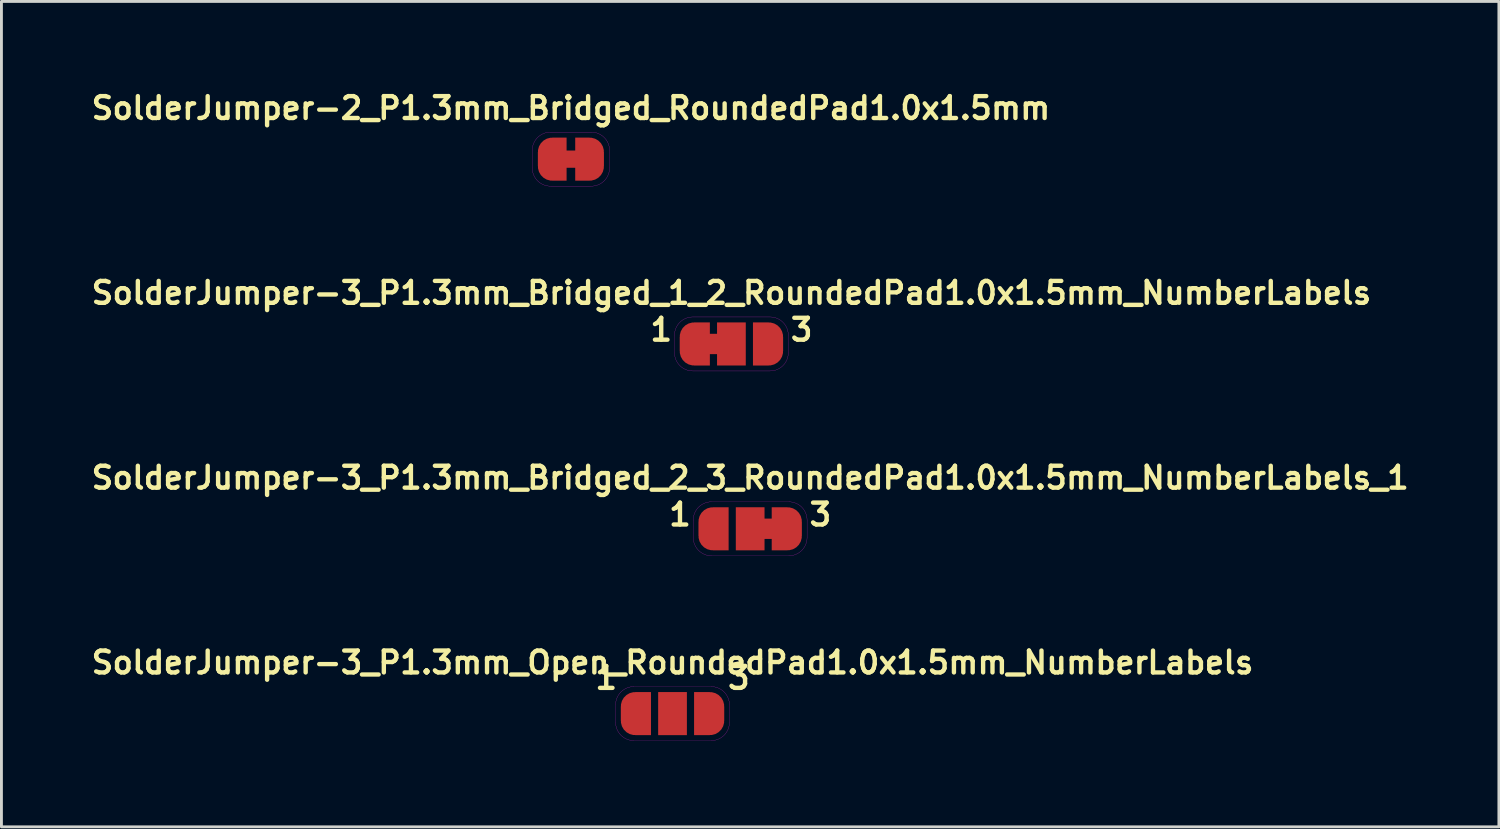
<source format=kicad_pcb>
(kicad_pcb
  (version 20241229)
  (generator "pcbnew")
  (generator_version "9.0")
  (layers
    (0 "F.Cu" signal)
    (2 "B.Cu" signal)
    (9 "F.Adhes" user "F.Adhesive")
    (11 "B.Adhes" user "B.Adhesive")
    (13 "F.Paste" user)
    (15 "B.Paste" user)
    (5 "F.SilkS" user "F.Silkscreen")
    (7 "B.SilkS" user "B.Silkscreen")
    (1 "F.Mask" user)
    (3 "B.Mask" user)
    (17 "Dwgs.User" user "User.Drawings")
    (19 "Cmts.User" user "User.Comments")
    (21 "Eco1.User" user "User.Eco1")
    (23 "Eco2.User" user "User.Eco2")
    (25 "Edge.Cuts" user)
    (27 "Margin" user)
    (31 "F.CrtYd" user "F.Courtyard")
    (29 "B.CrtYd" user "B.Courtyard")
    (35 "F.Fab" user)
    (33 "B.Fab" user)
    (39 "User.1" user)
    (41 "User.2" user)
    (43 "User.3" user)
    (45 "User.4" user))
  (footprint "SolderJumper-3_P1.3mm_Bridged_2_3_RoundedPad1.0x1.5mm_NumberLabels_1"
    (layer "F.Cu")
    (at 23.067 15.36)
    (property "Reference" "SolderJumper-3_P1.3mm_Bridged_2_3_RoundedPad1.0x1.5mm_NumberLabels_1" (at 0 -1.778 0) (layer "F.SilkS") (effects (font (size 0.762 0.762) (thickness 0.152) (bold yes))))
    (attr smd exclude_from_pos_files exclude_from_bom allow_soldermask_bridges)
    (fp_rect (start 0.384 -0.254) (end 0.891 0.254) (stroke (width 0.2) (type solid)) (fill yes) (layer "F.Cu"))
    (fp_line (start -1.981 0.305) (end -1.981 -0.305) (stroke (width 0.006) (type default)) (layer "F.CrtYd"))
    (fp_line (start -1.346 -0.94) (end 1.346 -0.94) (stroke (width 0.006) (type default)) (layer "F.CrtYd"))
    (fp_line (start 1.346 0.94) (end -1.346 0.94) (stroke (width 0.006) (type default)) (layer "F.CrtYd"))
    (fp_line (start 1.981 -0.305) (end 1.981 0.305) (stroke (width 0.006) (type default)) (layer "F.CrtYd"))
    (fp_arc (start -1.9812 -0.3048) (mid -1.795213 -0.753813) (end -1.3462 -0.9398) (stroke (width 0.00635) (type default)) (layer "F.CrtYd"))
    (fp_arc (start -1.3462 0.9398) (mid -1.795213 0.753813) (end -1.9812 0.3048) (stroke (width 0.00635) (type default)) (layer "F.CrtYd"))
    (fp_arc (start 1.3462 -0.9398) (mid 1.795213 -0.753813) (end 1.9812 -0.3048) (stroke (width 0.00635) (type default)) (layer "F.CrtYd"))
    (fp_arc (start 1.9812 0.3048) (mid 1.795213 0.753813) (end 1.3462 0.9398) (stroke (width 0.00635) (type default)) (layer "F.CrtYd"))
    (fp_text user "3" (at 1.981 -0.94 0) (layer "F.SilkS") (effects (font (size 0.762 0.762) (thickness 0.152) (bold yes)) (justify left top)))
    (fp_text user "1" (at -1.981 -0.94 0) (layer "F.SilkS") (effects (font (size 0.762 0.762) (thickness 0.152) (bold yes)) (justify right top)))
    (pad "1" smd custom (at -1.3 0) (size 1 0.5) (layers "F.Cu" "F.Mask") (options (anchor rect)) (primitives (gr_circle (center 0 0.25) (end 0.5 0.25) (width 0) (fill yes)) (gr_circle (center 0 -0.25) (end 0.5 -0.25) (width 0) (fill yes)) (gr_poly (pts (xy 0.55 0.75) (xy 0 0.75) (xy 0 -0.75) (xy 0.55 -0.75)) (width 0) (fill yes))))
    (pad "2" smd rect (at 0 0) (size 1 1.5) (layers "F.Cu" "F.Mask"))
    (pad "3" smd custom (at 1.3 0) (size 1 0.5) (layers "F.Cu" "F.Mask") (options (anchor rect)) (primitives (gr_circle (center 0 0.25) (end 0.5 0.25) (width 0) (fill yes)) (gr_circle (center 0 -0.25) (end 0.5 -0.25) (width 0) (fill yes)) (gr_poly (pts (xy 0 0.75) (xy -0.55 0.75) (xy -0.55 -0.75) (xy 0 -0.75)) (width 0) (fill yes)))))
  (footprint "SolderJumper-2_P1.3mm_Bridged_RoundedPad1.0x1.5mm"
    (layer "F.Cu")
    (at 16.826 2.491)
    (property "Reference" "SolderJumper-2_P1.3mm_Bridged_RoundedPad1.0x1.5mm" (at 0 -1.778 0) (layer "F.SilkS") (effects (font (size 0.762 0.762) (thickness 0.152) (bold yes))))
    (attr exclude_from_pos_files exclude_from_bom)
    (fp_poly (pts (xy 0.25 -0.3) (xy -0.25 -0.3) (xy -0.25 0.3) (xy 0.25 0.3)) (stroke (width 0) (type solid)) (fill yes) (layer "F.Cu"))
    (fp_line (start -1.346 0.305) (end -1.346 -0.305) (stroke (width 0.006) (type default)) (layer "F.CrtYd"))
    (fp_line (start -0.711 -0.94) (end 0.711 -0.94) (stroke (width 0.006) (type default)) (layer "F.CrtYd"))
    (fp_line (start 0.711 0.94) (end -0.711 0.94) (stroke (width 0.006) (type default)) (layer "F.CrtYd"))
    (fp_line (start 1.346 -0.305) (end 1.346 0.305) (stroke (width 0.006) (type default)) (layer "F.CrtYd"))
    (fp_arc (start -1.3462 -0.3048) (mid -1.160213 -0.753813) (end -0.7112 -0.9398) (stroke (width 0.00635) (type default)) (layer "F.CrtYd"))
    (fp_arc (start -0.7112 0.9398) (mid -1.160213 0.753813) (end -1.3462 0.3048) (stroke (width 0.00635) (type default)) (layer "F.CrtYd"))
    (fp_arc (start 0.7112 -0.9398) (mid 1.160213 -0.753813) (end 1.3462 -0.3048) (stroke (width 0.00635) (type default)) (layer "F.CrtYd"))
    (fp_arc (start 1.3462 0.3048) (mid 1.160213 0.753813) (end 0.7112 0.9398) (stroke (width 0.00635) (type default)) (layer "F.CrtYd"))
    (pad "1" smd custom (at -0.65 0) (size 1 0.5) (layers "F.Cu" "F.Mask") (options (anchor rect)) (primitives (gr_circle (center 0 0.25) (end 0.5 0.25) (width 0) (fill yes)) (gr_circle (center 0 -0.25) (end 0.5 -0.25) (width 0) (fill yes)) (gr_poly (pts (xy 0.5 0.75) (xy 0 0.75) (xy 0 -0.75) (xy 0.5 -0.75)) (width 0) (fill yes))))
    (pad "2" smd custom (at 0.65 0) (size 1 0.5) (layers "F.Cu" "F.Mask") (options (anchor rect)) (primitives (gr_circle (center 0 0.25) (end 0.5 0.25) (width 0) (fill yes)) (gr_circle (center 0 -0.25) (end 0.5 -0.25) (width 0) (fill yes)) (gr_poly (pts (xy 0 0.75) (xy -0.5 0.75) (xy -0.5 -0.75) (xy 0 -0.75)) (width 0) (fill yes)))))
  (footprint "SolderJumper-3_P1.3mm_Bridged_1_2_RoundedPad1.0x1.5mm_NumberLabels"
    (layer "F.Cu")
    (at 22.414 8.925)
    (property "Reference" "SolderJumper-3_P1.3mm_Bridged_1_2_RoundedPad1.0x1.5mm_NumberLabels" (at 0 -1.778 0) (layer "F.SilkS") (effects (font (size 0.762 0.762) (thickness 0.152) (bold yes))))
    (attr smd exclude_from_pos_files exclude_from_bom allow_soldermask_bridges)
    (fp_rect (start -0.891 -0.254) (end -0.384 0.254) (stroke (width 0.2) (type solid)) (fill yes) (layer "F.Cu"))
    (fp_line (start -1.981 0.305) (end -1.981 -0.305) (stroke (width 0.006) (type default)) (layer "F.CrtYd"))
    (fp_line (start -1.346 -0.94) (end 1.346 -0.94) (stroke (width 0.006) (type default)) (layer "F.CrtYd"))
    (fp_line (start 1.346 0.94) (end -1.346 0.94) (stroke (width 0.006) (type default)) (layer "F.CrtYd"))
    (fp_line (start 1.981 -0.305) (end 1.981 0.305) (stroke (width 0.006) (type default)) (layer "F.CrtYd"))
    (fp_arc (start -1.9812 -0.3048) (mid -1.795213 -0.753813) (end -1.3462 -0.9398) (stroke (width 0.00635) (type default)) (layer "F.CrtYd"))
    (fp_arc (start -1.3462 0.9398) (mid -1.795213 0.753813) (end -1.9812 0.3048) (stroke (width 0.00635) (type default)) (layer "F.CrtYd"))
    (fp_arc (start 1.3462 -0.9398) (mid 1.795213 -0.753813) (end 1.9812 -0.3048) (stroke (width 0.00635) (type default)) (layer "F.CrtYd"))
    (fp_arc (start 1.9812 0.3048) (mid 1.795213 0.753813) (end 1.3462 0.9398) (stroke (width 0.00635) (type default)) (layer "F.CrtYd"))
    (fp_text user "3" (at 1.981 -0.94 0) (layer "F.SilkS") (effects (font (size 0.762 0.762) (thickness 0.152) (bold yes)) (justify left top)))
    (fp_text user "1" (at -1.981 -0.94 0) (layer "F.SilkS") (effects (font (size 0.762 0.762) (thickness 0.152) (bold yes)) (justify right top)))
    (pad "1" smd custom (at -1.3 0) (size 1 0.5) (layers "F.Cu" "F.Mask") (options (anchor rect)) (primitives (gr_circle (center 0 0.25) (end 0.5 0.25) (width 0) (fill yes)) (gr_circle (center 0 -0.25) (end 0.5 -0.25) (width 0) (fill yes)) (gr_poly (pts (xy 0.55 0.75) (xy 0 0.75) (xy 0 -0.75) (xy 0.55 -0.75)) (width 0) (fill yes))))
    (pad "2" smd rect (at 0 0) (size 1 1.5) (layers "F.Cu" "F.Mask"))
    (pad "3" smd custom (at 1.3 0) (size 1 0.5) (layers "F.Cu" "F.Mask") (options (anchor rect)) (primitives (gr_circle (center 0 0.25) (end 0.5 0.25) (width 0) (fill yes)) (gr_circle (center 0 -0.25) (end 0.5 -0.25) (width 0) (fill yes)) (gr_poly (pts (xy 0 0.75) (xy -0.55 0.75) (xy -0.55 -0.75) (xy 0 -0.75)) (width 0) (fill yes)))))
  (footprint "SolderJumper-3_P1.3mm_Open_RoundedPad1.0x1.5mm_NumberLabels"
    (layer "F.Cu")
    (at 20.364 21.794)
    (property "Reference" "SolderJumper-3_P1.3mm_Open_RoundedPad1.0x1.5mm_NumberLabels" (at 0 -1.778 0) (layer "F.SilkS") (effects (font (size 0.762 0.762) (thickness 0.152) (bold yes))))
    (attr smd exclude_from_pos_files exclude_from_bom allow_soldermask_bridges)
    (fp_line (start -1.981 0.305) (end -1.981 -0.305) (stroke (width 0.006) (type default)) (layer "F.CrtYd"))
    (fp_line (start -1.346 -0.94) (end 1.346 -0.94) (stroke (width 0.006) (type default)) (layer "F.CrtYd"))
    (fp_line (start 1.346 0.94) (end -1.346 0.94) (stroke (width 0.006) (type default)) (layer "F.CrtYd"))
    (fp_line (start 1.981 -0.305) (end 1.981 0.305) (stroke (width 0.006) (type default)) (layer "F.CrtYd"))
    (fp_arc (start -1.9812 -0.3048) (mid -1.795213 -0.753813) (end -1.3462 -0.9398) (stroke (width 0.00635) (type default)) (layer "F.CrtYd"))
    (fp_arc (start -1.3462 0.9398) (mid -1.795213 0.753813) (end -1.9812 0.3048) (stroke (width 0.00635) (type default)) (layer "F.CrtYd"))
    (fp_arc (start 1.3462 -0.9398) (mid 1.795213 -0.753813) (end 1.9812 -0.3048) (stroke (width 0.00635) (type default)) (layer "F.CrtYd"))
    (fp_arc (start 1.9812 0.3048) (mid 1.795213 0.753813) (end 1.3462 0.9398) (stroke (width 0.00635) (type default)) (layer "F.CrtYd"))
    (fp_text user "1" (at -1.845 -0.795 0) (layer "F.SilkS") (effects (font (size 0.762 0.762) (thickness 0.152) (bold yes)) (justify right bottom)))
    (fp_text user "3" (at 1.845 -0.795 0) (layer "F.SilkS") (effects (font (size 0.762 0.762) (thickness 0.152) (bold yes)) (justify left bottom)))
    (pad "1" smd custom (at -1.3 0) (size 1 0.5) (layers "F.Cu" "F.Mask") (options (anchor rect)) (primitives (gr_circle (center 0 0.25) (end 0.5 0.25) (width 0) (fill yes)) (gr_circle (center 0 -0.25) (end 0.5 -0.25) (width 0) (fill yes)) (gr_poly (pts (xy 0.55 0.75) (xy 0 0.75) (xy 0 -0.75) (xy 0.55 -0.75)) (width 0) (fill yes))))
    (pad "2" smd rect (at 0 0) (size 1 1.5) (layers "F.Cu" "F.Mask"))
    (pad "3" smd custom (at 1.3 0) (size 1 0.5) (layers "F.Cu" "F.Mask") (options (anchor rect)) (primitives (gr_circle (center 0 0.25) (end 0.5 0.25) (width 0) (fill yes)) (gr_circle (center 0 -0.25) (end 0.5 -0.25) (width 0) (fill yes)) (gr_poly (pts (xy 0 0.75) (xy -0.55 0.75) (xy -0.55 -0.75) (xy 0 -0.75)) (width 0) (fill yes)))))
  (gr_rect
    (start -3 -3)
    (end 49.134 25.737)
    (stroke (width 0.1) (type default))
    (fill no)
    (layer "Edge.Cuts")))
</source>
